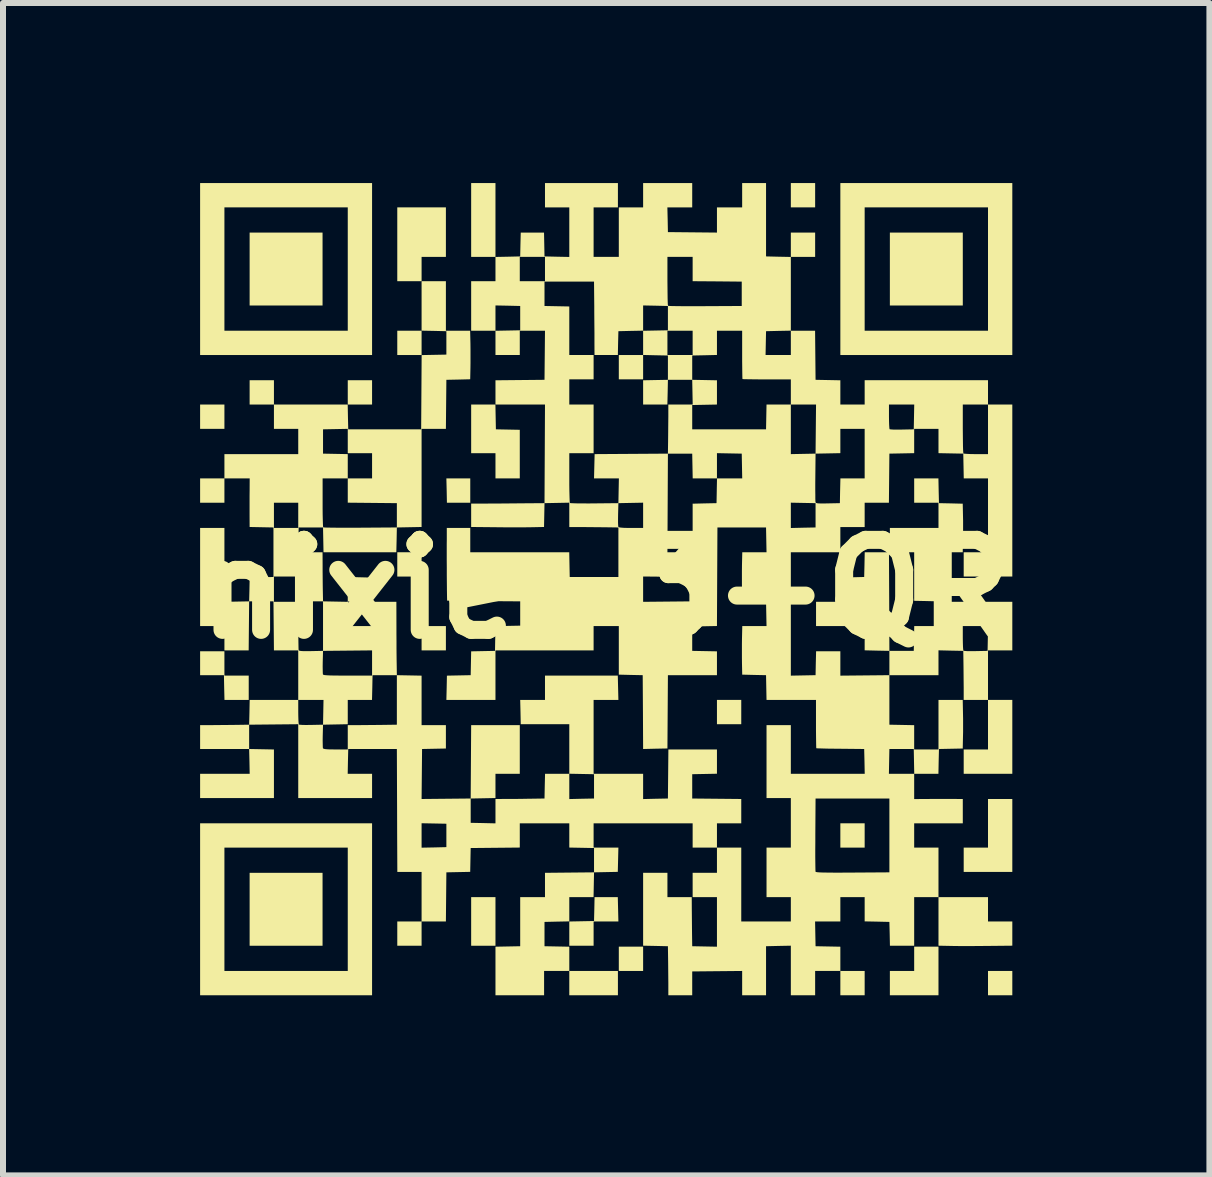
<source format=kicad_pcb>
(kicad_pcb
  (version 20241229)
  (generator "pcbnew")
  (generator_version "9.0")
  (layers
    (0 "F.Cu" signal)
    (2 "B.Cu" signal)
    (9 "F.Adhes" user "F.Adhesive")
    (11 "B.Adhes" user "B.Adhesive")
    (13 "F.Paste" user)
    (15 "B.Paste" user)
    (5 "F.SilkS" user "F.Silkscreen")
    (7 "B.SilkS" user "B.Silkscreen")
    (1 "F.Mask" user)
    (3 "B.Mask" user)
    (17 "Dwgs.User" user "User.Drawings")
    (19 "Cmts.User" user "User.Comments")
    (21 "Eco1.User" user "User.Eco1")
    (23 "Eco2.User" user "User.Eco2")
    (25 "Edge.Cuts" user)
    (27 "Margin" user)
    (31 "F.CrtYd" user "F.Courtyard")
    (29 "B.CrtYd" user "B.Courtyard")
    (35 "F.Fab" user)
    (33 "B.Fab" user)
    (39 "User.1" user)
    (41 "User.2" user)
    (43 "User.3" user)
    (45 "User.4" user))
  (footprint "nixie-3-QR"
    (layer "F.Cu")
    (at 7.05 6.766)
    (property "Reference" "nixie-3-QR" (at 0 0 0) (layer "F.SilkS") (effects (font (size 1.5 1.5) (thickness 0.3))))
    (attr board_only exclude_from_pos_files exclude_from_bom)
    (fp_poly (pts (xy -6.361 -2.873) (xy -6.361 -2.671) (xy -6.564 -2.671) (xy -6.766 -2.671) (xy -6.766 -2.873) (xy -6.766 -3.076) (xy -6.564 -3.076) (xy -6.361 -3.076)) (stroke (width 0) (type solid)) (fill yes) (layer "F.SilkS"))
    (fp_poly (pts (xy -5.536 -3.278) (xy -5.536 -3.076) (xy -5.739 -3.076) (xy -5.941 -3.076) (xy -5.941 -3.278) (xy -5.941 -3.481) (xy -5.739 -3.481) (xy -5.536 -3.481)) (stroke (width 0) (type solid)) (fill yes) (layer "F.SilkS"))
    (fp_poly (pts (xy -4.726 -5.334) (xy -4.726 -4.726) (xy -5.334 -4.726) (xy -5.941 -4.726) (xy -5.941 -5.334) (xy -5.941 -5.941) (xy -5.334 -5.941) (xy -4.726 -5.941)) (stroke (width 0) (type solid)) (fill yes) (layer "F.SilkS"))
    (fp_poly (pts (xy -4.726 5.334) (xy -4.726 5.941) (xy -5.334 5.941) (xy -5.941 5.941) (xy -5.941 5.334) (xy -5.941 4.726) (xy -5.334 4.726) (xy -4.726 4.726)) (stroke (width 0) (type solid)) (fill yes) (layer "F.SilkS"))
    (fp_poly (pts (xy -3.901 -3.278) (xy -3.901 -3.076) (xy -4.104 -3.076) (xy -4.306 -3.076) (xy -4.306 -3.278) (xy -4.306 -3.481) (xy -4.103 -3.481) (xy -3.901 -3.481)) (stroke (width 0) (type solid)) (fill yes) (layer "F.SilkS"))
    (fp_poly (pts (xy -3.076 -4.103) (xy -3.076 -3.901) (xy -3.278 -3.901) (xy -3.481 -3.901) (xy -3.481 -4.103) (xy -3.481 -4.306) (xy -3.278 -4.306) (xy -3.076 -4.306)) (stroke (width 0) (type solid)) (fill yes) (layer "F.SilkS"))
    (fp_poly (pts (xy -3.076 -0.413) (xy -3.076 -0.21) (xy -3.278 -0.21) (xy -3.481 -0.21) (xy -3.481 -0.413) (xy -3.481 -0.615) (xy -3.278 -0.615) (xy -3.076 -0.615)) (stroke (width 0) (type solid)) (fill yes) (layer "F.SilkS"))
    (fp_poly (pts (xy -2.671 0.818) (xy -2.671 1.02) (xy -2.873 1.02) (xy -3.076 1.02) (xy -3.076 0.818) (xy -3.076 0.615) (xy -2.873 0.615) (xy -2.671 0.615)) (stroke (width 0) (type solid)) (fill yes) (layer "F.SilkS"))
    (fp_poly (pts (xy -2.464 -1.845) (xy -2.265 -1.845) (xy -2.265 -1.643) (xy -2.265 -1.44) (xy -2.46 -1.44) (xy -2.654 -1.44) (xy -2.658 -1.643) (xy -2.663 -1.845)) (stroke (width 0) (type solid)) (fill yes) (layer "F.SilkS"))
    (fp_poly (pts (xy -1.845 -6.151) (xy -1.845 -5.536) (xy -2.048 -5.536) (xy -2.25 -5.536) (xy -2.25 -6.151) (xy -2.25 -6.766) (xy -2.048 -6.766) (xy -1.845 -6.766)) (stroke (width 0) (type solid)) (fill yes) (layer "F.SilkS"))
    (fp_poly (pts (xy -1.845 5.536) (xy -1.845 5.941) (xy -2.048 5.941) (xy -2.25 5.941) (xy -2.25 5.536) (xy -2.25 5.131) (xy -2.048 5.131) (xy -1.845 5.131)) (stroke (width 0) (type solid)) (fill yes) (layer "F.SilkS"))
    (fp_poly (pts (xy 0.195 6.564) (xy 0.195 6.766) (xy -0.21 6.766) (xy -0.615 6.766) (xy -0.615 6.564) (xy -0.615 6.361) (xy -0.21 6.361) (xy 0.195 6.361)) (stroke (width 0) (type solid)) (fill yes) (layer "F.SilkS"))
    (fp_poly (pts (xy 0.615 -3.698) (xy 0.615 -3.496) (xy 0.413 -3.496) (xy 0.21 -3.496) (xy 0.21 -3.698) (xy 0.21 -3.901) (xy 0.413 -3.901) (xy 0.615 -3.901)) (stroke (width 0) (type solid)) (fill yes) (layer "F.SilkS"))
    (fp_poly (pts (xy 0.615 6.159) (xy 0.615 6.361) (xy 0.413 6.361) (xy 0.21 6.361) (xy 0.21 6.159) (xy 0.21 5.956) (xy 0.413 5.956) (xy 0.615 5.956)) (stroke (width 0) (type solid)) (fill yes) (layer "F.SilkS"))
    (fp_poly (pts (xy 2.25 2.048) (xy 2.25 2.25) (xy 2.048 2.25) (xy 1.845 2.25) (xy 1.845 2.048) (xy 1.845 1.845) (xy 2.048 1.845) (xy 2.25 1.845)) (stroke (width 0) (type solid)) (fill yes) (layer "F.SilkS"))
    (fp_poly (pts (xy 3.481 -6.564) (xy 3.481 -6.361) (xy 3.278 -6.361) (xy 3.076 -6.361) (xy 3.076 -6.564) (xy 3.076 -6.766) (xy 3.278 -6.766) (xy 3.481 -6.766)) (stroke (width 0) (type solid)) (fill yes) (layer "F.SilkS"))
    (fp_poly (pts (xy 3.481 -5.739) (xy 3.481 -5.536) (xy 3.278 -5.536) (xy 3.076 -5.536) (xy 3.076 -5.738) (xy 3.076 -5.941) (xy 3.278 -5.941) (xy 3.481 -5.941)) (stroke (width 0) (type solid)) (fill yes) (layer "F.SilkS"))
    (fp_poly (pts (xy 4.306 4.103) (xy 4.306 4.306) (xy 4.103 4.306) (xy 3.901 4.306) (xy 3.901 4.103) (xy 3.901 3.901) (xy 4.103 3.901) (xy 4.306 3.901)) (stroke (width 0) (type solid)) (fill yes) (layer "F.SilkS"))
    (fp_poly (pts (xy 4.306 6.564) (xy 4.306 6.766) (xy 4.103 6.766) (xy 3.901 6.766) (xy 3.901 6.564) (xy 3.901 6.361) (xy 4.103 6.361) (xy 4.306 6.361)) (stroke (width 0) (type solid)) (fill yes) (layer "F.SilkS"))
    (fp_poly (pts (xy 5.941 -5.334) (xy 5.941 -4.726) (xy 5.334 -4.726) (xy 4.726 -4.726) (xy 4.726 -5.334) (xy 4.726 -5.941) (xy 5.334 -5.941) (xy 5.941 -5.941)) (stroke (width 0) (type solid)) (fill yes) (layer "F.SilkS"))
    (fp_poly (pts (xy 6.766 6.564) (xy 6.766 6.766) (xy 6.564 6.766) (xy 6.361 6.766) (xy 6.361 6.564) (xy 6.361 6.361) (xy 6.564 6.361) (xy 6.766 6.361)) (stroke (width 0) (type solid)) (fill yes) (layer "F.SilkS"))
    (fp_poly (pts (xy -2.671 -5.949) (xy -2.671 -5.536) (xy -2.873 -5.536) (xy -3.076 -5.536) (xy -3.076 -5.334) (xy -3.076 -5.131) (xy -3.278 -5.131) (xy -3.481 -5.131) (xy -3.481 -5.746) (xy -3.481 -6.361) (xy -3.076 -6.361) (xy -2.671 -6.361)) (stroke (width 0) (type solid)) (fill yes) (layer "F.SilkS"))
    (fp_poly (pts (xy 5.536 6.361) (xy 5.536 6.766) (xy 5.131 6.766) (xy 4.726 6.766) (xy 4.726 6.564) (xy 4.726 6.361) (xy 4.928 6.361) (xy 5.131 6.361) (xy 5.131 6.159) (xy 5.131 5.956) (xy 5.334 5.956) (xy 5.536 5.956)) (stroke (width 0) (type solid)) (fill yes) (layer "F.SilkS"))
    (fp_poly (pts (xy 6.766 2.46) (xy 6.766 3.076) (xy 6.361 3.076) (xy 5.956 3.076) (xy 5.956 2.873) (xy 5.956 2.671) (xy 6.159 2.671) (xy 6.361 2.671) (xy 6.361 2.258) (xy 6.361 1.845) (xy 6.564 1.845) (xy 6.766 1.845)) (stroke (width 0) (type solid)) (fill yes) (layer "F.SilkS"))
    (fp_poly (pts (xy 6.766 4.103) (xy 6.766 4.711) (xy 6.361 4.711) (xy 5.956 4.711) (xy 5.956 4.508) (xy 5.956 4.306) (xy 6.159 4.306) (xy 6.361 4.306) (xy 6.361 3.901) (xy 6.361 3.496) (xy 6.564 3.496) (xy 6.766 3.496)) (stroke (width 0) (type solid)) (fill yes) (layer "F.SilkS"))
    (fp_poly (pts (xy -6.361 1.238) (xy -6.361 1.44) (xy -6.159 1.44) (xy -5.956 1.44) (xy -5.956 1.643) (xy -5.956 1.845) (xy -6.158 1.845) (xy -6.36 1.845) (xy -6.365 1.639) (xy -6.369 1.433) (xy -6.568 1.433) (xy -6.766 1.433) (xy -6.766 1.234) (xy -6.766 1.035) (xy -6.564 1.035) (xy -6.361 1.035)) (stroke (width 0) (type solid)) (fill yes) (layer "F.SilkS"))
    (fp_poly (pts (xy -1.842 -2.869) (xy -1.838 -2.663) (xy -1.639 -2.659) (xy -1.44 -2.655) (xy -1.44 -2.25) (xy -1.44 -1.845) (xy -1.643 -1.845) (xy -1.845 -1.845) (xy -1.845 -2.055) (xy -1.845 -2.265) (xy -2.048 -2.265) (xy -2.25 -2.265) (xy -2.25 -2.671) (xy -2.25 -3.076) (xy -2.048 -3.076) (xy -1.846 -3.076)) (stroke (width 0) (type solid)) (fill yes) (layer "F.SilkS"))
    (fp_poly (pts (xy 0.198 5.334) (xy 0.203 5.536) (xy -0.004 5.536) (xy -0.21 5.536) (xy -0.21 5.739) (xy -0.21 5.941) (xy -0.413 5.941) (xy -0.615 5.941) (xy -0.615 5.738) (xy -0.615 5.537) (xy -0.409 5.533) (xy -0.203 5.529) (xy -0.198 5.33) (xy -0.194 5.131) (xy -0.000376 5.131) (xy 0.193 5.131)) (stroke (width 0) (type solid)) (fill yes) (layer "F.SilkS"))
    (fp_poly (pts (xy -3.901 -5.334) (xy -3.901 -3.901) (xy -5.334 -3.901) (xy -6.766 -3.901) (xy -6.766 -5.334) (xy -6.361 -5.334) (xy -6.361 -4.306) (xy -5.334 -4.306) (xy -4.306 -4.306) (xy -4.306 -5.334) (xy -4.306 -6.361) (xy -5.334 -6.361) (xy -6.361 -6.361) (xy -6.361 -5.334) (xy -6.766 -5.334) (xy -6.766 -6.766) (xy -5.334 -6.766) (xy -3.901 -6.766)) (stroke (width 0) (type solid)) (fill yes) (layer "F.SilkS"))
    (fp_poly (pts (xy -3.901 5.334) (xy -3.901 6.766) (xy -5.334 6.766) (xy -6.766 6.766) (xy -6.766 5.334) (xy -6.361 5.334) (xy -6.361 6.361) (xy -5.334 6.361) (xy -4.306 6.361) (xy -4.306 5.334) (xy -4.306 4.306) (xy -5.334 4.306) (xy -6.361 4.306) (xy -6.361 5.334) (xy -6.766 5.334) (xy -6.766 3.901) (xy -5.334 3.901) (xy -3.901 3.901)) (stroke (width 0) (type solid)) (fill yes) (layer "F.SilkS"))
    (fp_poly (pts (xy 6.361 5.334) (xy 6.361 5.536) (xy 6.564 5.536) (xy 6.766 5.536) (xy 6.766 5.738) (xy 6.766 5.94) (xy 6.358 5.944) (xy 6.236 5.945) (xy 6.112 5.946) (xy 5.992 5.946) (xy 5.883 5.946) (xy 5.792 5.945) (xy 5.742 5.944) (xy 5.536 5.94) (xy 5.536 5.536) (xy 5.536 5.131) (xy 5.949 5.131) (xy 6.361 5.131)) (stroke (width 0) (type solid)) (fill yes) (layer "F.SilkS"))
    (fp_poly (pts (xy 6.766 -5.334) (xy 6.766 -3.901) (xy 5.334 -3.901) (xy 3.901 -3.901) (xy 3.901 -5.334) (xy 4.306 -5.334) (xy 4.306 -4.306) (xy 5.334 -4.306) (xy 6.361 -4.306) (xy 6.361 -5.334) (xy 6.361 -6.361) (xy 5.334 -6.361) (xy 4.306 -6.361) (xy 4.306 -5.334) (xy 3.901 -5.334) (xy 3.901 -6.766) (xy 5.334 -6.766) (xy 6.766 -6.766)) (stroke (width 0) (type solid)) (fill yes) (layer "F.SilkS"))
    (fp_poly (pts (xy -2.671 -4.718) (xy -2.671 -4.306) (xy -2.469 -4.306) (xy -2.267 -4.306) (xy -2.262 -4.092) (xy -2.261 -3.992) (xy -2.261 -3.881) (xy -2.261 -3.773) (xy -2.262 -3.687) (xy -2.266 -3.497) (xy -2.465 -3.492) (xy -2.663 -3.488) (xy -2.667 -3.079) (xy -2.671 -2.671) (xy -2.873 -2.671) (xy -3.076 -2.671) (xy -3.076 -1.853) (xy -3.076 -1.036) (xy -3.282 -1.032) (xy -3.488 -1.028) (xy -3.492 -0.821) (xy -3.497 -0.615) (xy -4.103 -0.615) (xy -4.71 -0.615) (xy -4.714 -0.821) (xy -4.718 -1.028) (xy -4.921 -1.028) (xy -5.124 -1.028) (xy -5.128 -0.821) (xy -5.132 -0.615) (xy -4.929 -0.615) (xy -4.726 -0.615) (xy -4.725 -0.409) (xy -4.725 -0.307) (xy -4.724 -0.193) (xy -4.723 -0.079) (xy -4.722 0) (xy -4.718 0.203) (xy -4.512 0.207) (xy -4.306 0.211) (xy -4.306 0.004) (xy -4.306 -0.203) (xy -4.103 -0.198) (xy -3.901 -0.193) (xy -3.901 0.000377) (xy -3.901 0.194) (xy -4.1 0.198) (xy -4.298 0.203) (xy -4.303 0.409) (xy -4.307 0.615) (xy -4.104 0.615) (xy -3.901 0.615) (xy -3.901 0.413) (xy -3.901 0.21) (xy -3.698 0.21) (xy -3.496 0.21) (xy -3.495 0.619) (xy -3.495 0.74) (xy -3.494 0.864) (xy -3.494 0.983) (xy -3.493 1.091) (xy -3.492 1.181) (xy -3.491 1.23) (xy -3.488 1.433) (xy -3.282 1.437) (xy -3.076 1.441) (xy -3.076 1.853) (xy -3.076 2.265) (xy -2.873 2.265) (xy -2.671 2.265) (xy -2.671 2.46) (xy -2.671 2.655) (xy -2.869 2.659) (xy -3.068 2.663) (xy -3.072 3.079) (xy -3.076 3.496) (xy -2.667 3.492) (xy -2.258 3.488) (xy -2.254 2.877) (xy -2.25 2.265) (xy -1.845 2.265) (xy -1.44 2.265) (xy -1.44 2.671) (xy -1.44 3.076) (xy -1.643 3.076) (xy -1.845 3.076) (xy -1.845 3.278) (xy -1.845 3.48) (xy -2.052 3.484) (xy -2.258 3.488) (xy -2.258 3.691) (xy -2.258 3.893) (xy -2.052 3.897) (xy -1.845 3.902) (xy -1.845 3.699) (xy -1.845 3.496) (xy -1.639 3.495) (xy -1.538 3.495) (xy -1.423 3.494) (xy -1.31 3.492) (xy -1.23 3.491) (xy -1.028 3.488) (xy -1.024 3.282) (xy -1.019 3.076) (xy -0.817 3.076) (xy -0.615 3.076) (xy -0.615 3.286) (xy -0.615 3.497) (xy -0.409 3.492) (xy -0.203 3.488) (xy -0.203 3.286) (xy -0.203 3.083) (xy -0.409 3.079) (xy -0.615 3.075) (xy -0.615 2.663) (xy -0.615 2.25) (xy -1.019 2.25) (xy -1.424 2.25) (xy -1.428 2.048) (xy -1.433 1.845) (xy -1.226 1.845) (xy -1.02 1.845) (xy -1.02 1.643) (xy -1.02 1.44) (xy -0.413 1.44) (xy 0.193 1.44) (xy 0.198 1.643) (xy 0.203 1.845) (xy -0.004 1.845) (xy -0.21 1.845) (xy -0.21 2.46) (xy -0.21 3.076) (xy 0.203 3.076) (xy 0.615 3.076) (xy 0.615 3.286) (xy 0.615 3.497) (xy 0.821 3.492) (xy 1.028 3.488) (xy 1.032 3.079) (xy 1.036 2.671) (xy 1.441 2.671) (xy 1.845 2.671) (xy 1.845 2.873) (xy 1.845 3.075) (xy 1.639 3.079) (xy 1.433 3.083) (xy 1.433 3.286) (xy 1.433 3.488) (xy 1.842 3.492) (xy 2.25 3.496) (xy 2.25 3.698) (xy 2.25 3.901) (xy 2.048 3.901) (xy 1.845 3.901) (xy 1.845 4.103) (xy 1.845 4.306) (xy 1.643 4.306) (xy 1.44 4.306) (xy 1.44 4.103) (xy 1.44 3.901) (xy 0.615 3.901) (xy -0.21 3.901) (xy -0.21 4.103) (xy -0.21 4.306) (xy -0.004 4.306) (xy 0.203 4.306) (xy 0.198 4.508) (xy 0.193 4.71) (xy -0.005 4.714) (xy -0.203 4.718) (xy -0.207 4.925) (xy -0.211 5.131) (xy -0.413 5.131) (xy -0.615 5.131) (xy -0.615 5.334) (xy -0.615 5.535) (xy -0.821 5.539) (xy -1.028 5.544) (xy -1.028 5.746) (xy -1.028 5.949) (xy -0.821 5.953) (xy -0.615 5.957) (xy -0.615 6.159) (xy -0.615 6.361) (xy -0.825 6.361) (xy -1.035 6.361) (xy -1.035 6.564) (xy -1.035 6.766) (xy -1.44 6.766) (xy -1.845 6.766) (xy -1.845 6.362) (xy -1.845 5.957) (xy -1.639 5.953) (xy -1.433 5.949) (xy -1.433 5.54) (xy -1.433 5.131) (xy -1.226 5.131) (xy -1.02 5.131) (xy -1.02 4.929) (xy -1.02 4.726) (xy -0.611 4.722) (xy -0.203 4.718) (xy -0.203 4.516) (xy -0.203 4.313) (xy -0.409 4.309) (xy -0.615 4.305) (xy -0.615 4.103) (xy -0.615 3.901) (xy -1.028 3.901) (xy -1.44 3.901) (xy -1.44 4.103) (xy -1.44 4.305) (xy -1.849 4.309) (xy -2.258 4.313) (xy -2.262 4.512) (xy -2.266 4.71) (xy -2.465 4.714) (xy -2.663 4.718) (xy -2.667 5.127) (xy -2.671 5.536) (xy -2.873 5.536) (xy -3.076 5.536) (xy -3.076 5.739) (xy -3.076 5.941) (xy -3.278 5.941) (xy -3.481 5.941) (xy -3.481 5.739) (xy -3.481 5.536) (xy -3.278 5.536) (xy -3.076 5.536) (xy -3.076 5.124) (xy -3.076 4.711) (xy -3.278 4.711) (xy -3.48 4.711) (xy -3.483 4.103) (xy -3.076 4.103) (xy -3.076 4.307) (xy -2.869 4.303) (xy -2.663 4.298) (xy -2.663 4.103) (xy -2.663 3.908) (xy -2.869 3.904) (xy -3.076 3.9) (xy -3.076 4.103) (xy -3.483 4.103) (xy -3.484 3.687) (xy -3.488 2.663) (xy -3.893 2.663) (xy -4.298 2.663) (xy -4.303 2.869) (xy -4.307 3.076) (xy -4.104 3.076) (xy -3.901 3.076) (xy -3.901 3.278) (xy -3.901 3.481) (xy -4.516 3.481) (xy -5.131 3.481) (xy -5.131 2.865) (xy -5.131 2.518) (xy -4.724 2.518) (xy -4.723 2.581) (xy -4.722 2.627) (xy -4.72 2.65) (xy -4.719 2.651) (xy -4.708 2.659) (xy -4.68 2.665) (xy -4.631 2.669) (xy -4.557 2.67) (xy -4.509 2.671) (xy -4.306 2.671) (xy -4.306 2.468) (xy -4.306 2.265) (xy -4.1 2.265) (xy -3.998 2.264) (xy -3.883 2.263) (xy -3.77 2.262) (xy -3.691 2.261) (xy -3.488 2.258) (xy -3.488 1.845) (xy -3.488 1.433) (xy -3.691 1.433) (xy -3.893 1.433) (xy -3.897 1.639) (xy -3.902 1.845) (xy -4.104 1.845) (xy -4.306 1.845) (xy -4.306 2.047) (xy -4.306 2.25) (xy -4.512 2.254) (xy -4.718 2.258) (xy -4.723 2.445) (xy -4.724 2.518) (xy -5.131 2.518) (xy -5.131 2.25) (xy -5.54 2.254) (xy -5.949 2.258) (xy -5.949 2.46) (xy -5.949 2.663) (xy -5.742 2.667) (xy -5.536 2.671) (xy -5.536 3.076) (xy -5.536 3.481) (xy -6.151 3.481) (xy -6.766 3.481) (xy -6.766 3.278) (xy -6.766 3.076) (xy -6.353 3.076) (xy -5.94 3.076) (xy -5.944 2.869) (xy -5.949 2.663) (xy -6.358 2.663) (xy -6.766 2.663) (xy -6.766 2.464) (xy -6.766 2.265) (xy -6.56 2.265) (xy -6.459 2.264) (xy -6.344 2.263) (xy -6.231 2.262) (xy -6.151 2.261) (xy -5.949 2.258) (xy -5.944 2.052) (xy -5.944 2.045) (xy -5.131 2.045) (xy -5.13 2.12) (xy -5.128 2.184) (xy -5.125 2.23) (xy -5.121 2.254) (xy -5.121 2.256) (xy -5.102 2.259) (xy -5.06 2.262) (xy -5 2.263) (xy -4.928 2.262) (xy -4.914 2.262) (xy -4.718 2.258) (xy -4.714 2.052) (xy -4.71 1.845) (xy -4.921 1.845) (xy -5.131 1.845) (xy -5.131 2.045) (xy -5.944 2.045) (xy -5.94 1.845) (xy -5.536 1.845) (xy -5.131 1.845) (xy -5.131 1.433) (xy -5.131 1.288) (xy -4.724 1.288) (xy -4.723 1.351) (xy -4.722 1.397) (xy -4.72 1.42) (xy -4.719 1.421) (xy -4.711 1.427) (xy -4.689 1.432) (xy -4.651 1.435) (xy -4.594 1.438) (xy -4.515 1.439) (xy -4.412 1.44) (xy -4.306 1.44) (xy -3.901 1.44) (xy -3.901 1.23) (xy -3.901 1.02) (xy -4.31 1.024) (xy -4.718 1.028) (xy -4.723 1.214) (xy -4.724 1.288) (xy -5.131 1.288) (xy -5.131 1.02) (xy -5.333 1.02) (xy -5.536 1.02) (xy -5.538 0.804) (xy -5.129 0.804) (xy -5.128 0.888) (xy -5.127 0.954) (xy -5.126 0.999) (xy -5.124 1.017) (xy -5.113 1.025) (xy -5.087 1.03) (xy -5.04 1.033) (xy -4.969 1.033) (xy -4.918 1.032) (xy -4.718 1.028) (xy -4.718 0.615) (xy -4.718 0.203) (xy -4.921 0.203) (xy -5.124 0.203) (xy -5.128 0.6) (xy -5.128 0.707) (xy -5.129 0.804) (xy -5.538 0.804) (xy -5.54 0.611) (xy -5.544 0.203) (xy -5.746 0.203) (xy -5.949 0.203) (xy -5.953 0.611) (xy -5.957 1.02) (xy -6.159 1.02) (xy -6.361 1.02) (xy -6.361 0.818) (xy -6.361 0.615) (xy -6.564 0.615) (xy -6.766 0.615) (xy -6.766 -0.203) (xy -6.766 -1.02) (xy -6.564 -1.02) (xy -6.361 -1.02) (xy -6.361 -0.405) (xy -6.361 0.211) (xy -6.155 0.207) (xy -5.949 0.203) (xy -5.944 0.004) (xy -5.944 0) (xy -5.536 0) (xy -5.536 0.21) (xy -5.334 0.21) (xy -5.131 0.21) (xy -5.131 0) (xy -5.131 -0.21) (xy -5.334 -0.21) (xy -5.536 -0.21) (xy -5.536 0) (xy -5.944 0) (xy -5.94 -0.194) (xy -5.742 -0.198) (xy -5.544 -0.203) (xy -5.544 -0.615) (xy -5.544 -1.028) (xy -5.742 -1.032) (xy -5.941 -1.036) (xy -5.942 -1.23) (xy -5.536 -1.23) (xy -5.536 -1.02) (xy -5.334 -1.02) (xy -5.131 -1.02) (xy -5.131 -1.23) (xy -5.131 -1.44) (xy -5.334 -1.44) (xy -5.536 -1.44) (xy -5.536 -1.23) (xy -5.942 -1.23) (xy -5.942 -1.234) (xy -5.942 -1.333) (xy -5.942 -1.445) (xy -5.942 -1.558) (xy -5.941 -1.639) (xy -5.94 -1.845) (xy -4.725 -1.845) (xy -4.725 -1.443) (xy -4.725 -1.335) (xy -4.724 -1.238) (xy -4.722 -1.155) (xy -4.72 -1.09) (xy -4.718 -1.047) (xy -4.715 -1.03) (xy -4.715 -1.03) (xy -4.699 -1.028) (xy -4.655 -1.026) (xy -4.588 -1.025) (xy -4.501 -1.024) (xy -4.397 -1.023) (xy -4.278 -1.023) (xy -4.149 -1.023) (xy -4.097 -1.024) (xy -3.488 -1.028) (xy -3.488 -1.23) (xy -3.488 -1.433) (xy -3.897 -1.437) (xy -4.306 -1.441) (xy -4.306 -1.643) (xy -4.306 -1.845) (xy -4.103 -1.845) (xy -3.901 -1.845) (xy -3.901 -2.055) (xy -3.901 -2.265) (xy -4.103 -2.265) (xy -4.306 -2.265) (xy -4.306 -2.468) (xy -4.306 -2.671) (xy -4.512 -2.667) (xy -4.718 -2.663) (xy -4.718 -2.46) (xy -4.718 -2.258) (xy -4.512 -2.254) (xy -4.306 -2.25) (xy -4.306 -2.047) (xy -4.306 -1.845) (xy -4.516 -1.845) (xy -4.725 -1.845) (xy -5.94 -1.845) (xy -6.151 -1.845) (xy -6.361 -1.845) (xy -6.361 -1.643) (xy -6.361 -1.44) (xy -6.564 -1.44) (xy -6.766 -1.44) (xy -6.766 -1.643) (xy -6.766 -1.845) (xy -6.564 -1.845) (xy -6.361 -1.845) (xy -6.361 -2.048) (xy -6.361 -2.25) (xy -5.746 -2.25) (xy -5.131 -2.25) (xy -5.131 -2.46) (xy -5.131 -2.671) (xy -5.334 -2.671) (xy -5.536 -2.671) (xy -5.536 -2.873) (xy -5.536 -3.076) (xy -4.921 -3.076) (xy -4.307 -3.076) (xy -4.303 -2.869) (xy -4.298 -2.663) (xy -3.691 -2.663) (xy -3.083 -2.663) (xy -3.079 -3.282) (xy -3.075 -3.9) (xy -2.869 -3.904) (xy -2.663 -3.908) (xy -2.663 -4.103) (xy -2.663 -4.298) (xy -2.869 -4.303) (xy -3.076 -4.307) (xy -3.076 -4.718) (xy -3.076 -5.131) (xy -2.873 -5.131) (xy -2.671 -5.131)) (stroke (width 0) (type solid)) (fill yes) (layer "F.SilkS"))
    (fp_poly (pts (xy 2.663 -6.155) (xy 2.663 -5.544) (xy 2.869 -5.539) (xy 3.076 -5.535) (xy 3.076 -4.921) (xy 3.076 -4.307) (xy 2.869 -4.303) (xy 2.663 -4.298) (xy 2.659 -4.1) (xy 2.655 -3.901) (xy 2.865 -3.901) (xy 3.076 -3.901) (xy 3.076 -4.104) (xy 3.076 -4.306) (xy 3.278 -4.306) (xy 3.48 -4.306) (xy 3.484 -3.897) (xy 3.488 -3.488) (xy 3.694 -3.484) (xy 3.901 -3.48) (xy 3.901 -3.278) (xy 3.901 -3.076) (xy 4.103 -3.076) (xy 4.306 -3.076) (xy 4.306 -3.278) (xy 4.306 -3.481) (xy 5.334 -3.481) (xy 6.361 -3.481) (xy 6.361 -3.278) (xy 6.361 -3.076) (xy 6.151 -3.076) (xy 5.941 -3.076) (xy 5.941 -2.673) (xy 5.942 -2.566) (xy 5.943 -2.469) (xy 5.944 -2.386) (xy 5.946 -2.321) (xy 5.949 -2.278) (xy 5.951 -2.26) (xy 5.951 -2.26) (xy 5.969 -2.257) (xy 6.011 -2.254) (xy 6.071 -2.251) (xy 6.144 -2.25) (xy 6.161 -2.25) (xy 6.361 -2.25) (xy 6.361 -2.663) (xy 6.361 -3.076) (xy 6.564 -3.076) (xy 6.766 -3.076) (xy 6.766 -1.643) (xy 6.766 -0.21) (xy 6.361 -0.21) (xy 5.956 -0.21) (xy 5.956 -0.413) (xy 5.956 -0.615) (xy 6.159 -0.615) (xy 6.361 -0.615) (xy 6.361 -1.23) (xy 6.361 -1.845) (xy 6.159 -1.845) (xy 5.957 -1.845) (xy 5.953 -2.052) (xy 5.949 -2.258) (xy 5.742 -2.262) (xy 5.536 -2.266) (xy 5.536 -2.468) (xy 5.536 -2.671) (xy 5.334 -2.671) (xy 5.131 -2.671) (xy 5.131 -2.468) (xy 5.131 -2.266) (xy 4.925 -2.262) (xy 4.718 -2.258) (xy 4.714 -1.849) (xy 4.71 -1.44) (xy 4.508 -1.44) (xy 4.306 -1.44) (xy 4.306 -1.238) (xy 4.306 -1.035) (xy 4.103 -1.035) (xy 3.901 -1.035) (xy 3.901 -0.825) (xy 3.901 -0.615) (xy 3.488 -0.615) (xy 3.076 -0.615) (xy 3.076 0.413) (xy 3.076 1.441) (xy 3.282 1.437) (xy 3.488 1.433) (xy 3.492 1.234) (xy 3.497 1.035) (xy 3.699 1.035) (xy 3.901 1.035) (xy 3.901 1.238) (xy 3.901 1.441) (xy 4.31 1.437) (xy 4.718 1.433) (xy 4.718 1.23) (xy 4.718 1.028) (xy 4.512 1.024) (xy 4.306 1.019) (xy 4.306 0.817) (xy 4.306 0.615) (xy 3.901 0.615) (xy 3.496 0.615) (xy 3.496 0.413) (xy 3.496 0.21) (xy 3.698 0.21) (xy 3.901 0.21) (xy 3.901 0.008) (xy 3.901 -0.194) (xy 4.1 -0.198) (xy 4.298 -0.203) (xy 4.303 -0.409) (xy 4.307 -0.615) (xy 4.509 -0.615) (xy 4.711 -0.615) (xy 4.715 0.206) (xy 4.718 1.028) (xy 4.921 1.028) (xy 5.124 1.028) (xy 5.128 0.821) (xy 5.128 0.815) (xy 5.941 0.815) (xy 5.942 0.89) (xy 5.944 0.953) (xy 5.947 1) (xy 5.951 1.024) (xy 5.952 1.026) (xy 5.97 1.029) (xy 6.012 1.032) (xy 6.072 1.033) (xy 6.144 1.032) (xy 6.158 1.032) (xy 6.354 1.028) (xy 6.358 0.821) (xy 6.362 0.615) (xy 6.152 0.615) (xy 5.941 0.615) (xy 5.941 0.815) (xy 5.128 0.815) (xy 5.132 0.615) (xy 5.334 0.615) (xy 5.537 0.615) (xy 5.533 0.409) (xy 5.529 0.203) (xy 5.33 0.198) (xy 5.131 0.194) (xy 5.131 -0.21) (xy 5.131 -0.615) (xy 4.928 -0.615) (xy 4.726 -0.615) (xy 4.726 -0.818) (xy 4.726 -1.02) (xy 5.131 -1.02) (xy 5.536 -1.02) (xy 5.536 -1.23) (xy 5.536 -1.44) (xy 5.334 -1.44) (xy 5.131 -1.44) (xy 5.131 -1.643) (xy 5.131 -1.845) (xy 5.333 -1.845) (xy 5.535 -1.845) (xy 5.539 -1.639) (xy 5.544 -1.433) (xy 5.742 -1.429) (xy 5.94 -1.424) (xy 5.944 -1.234) (xy 5.946 -1.141) (xy 5.946 -1.032) (xy 5.946 -0.921) (xy 5.944 -0.829) (xy 5.94 -0.615) (xy 5.738 -0.615) (xy 5.536 -0.615) (xy 5.536 -0.203) (xy 5.536 0.21) (xy 6.151 0.21) (xy 6.766 0.21) (xy 6.766 0.615) (xy 6.766 1.02) (xy 6.564 1.02) (xy 6.361 1.02) (xy 6.361 1.433) (xy 6.361 1.845) (xy 6.159 1.845) (xy 5.956 1.845) (xy 5.956 1.639) (xy 5.955 1.538) (xy 5.954 1.423) (xy 5.953 1.31) (xy 5.952 1.23) (xy 5.949 1.028) (xy 5.742 1.024) (xy 5.536 1.019) (xy 5.536 1.226) (xy 5.536 1.433) (xy 5.127 1.433) (xy 4.718 1.433) (xy 4.718 1.845) (xy 4.718 2.258) (xy 4.925 2.262) (xy 5.131 2.266) (xy 5.131 2.468) (xy 5.131 2.671) (xy 5.334 2.671) (xy 5.536 2.671) (xy 5.536 2.258) (xy 5.536 1.845) (xy 5.738 1.845) (xy 5.94 1.845) (xy 5.944 2.059) (xy 5.946 2.159) (xy 5.946 2.27) (xy 5.946 2.378) (xy 5.944 2.464) (xy 5.94 2.655) (xy 5.742 2.659) (xy 5.544 2.663) (xy 5.539 2.869) (xy 5.535 3.076) (xy 5.333 3.076) (xy 5.132 3.076) (xy 5.128 2.869) (xy 5.124 2.663) (xy 4.921 2.663) (xy 4.718 2.663) (xy 4.714 2.869) (xy 4.71 3.076) (xy 4.921 3.076) (xy 5.131 3.076) (xy 5.131 3.286) (xy 5.131 3.497) (xy 5.337 3.496) (xy 5.438 3.495) (xy 5.552 3.495) (xy 5.663 3.495) (xy 5.742 3.495) (xy 5.941 3.496) (xy 5.941 3.698) (xy 5.941 3.901) (xy 5.536 3.901) (xy 5.131 3.901) (xy 5.131 4.103) (xy 5.131 4.306) (xy 5.334 4.306) (xy 5.536 4.306) (xy 5.536 4.718) (xy 5.536 5.131) (xy 5.334 5.131) (xy 5.131 5.131) (xy 5.131 5.536) (xy 5.131 5.941) (xy 4.929 5.941) (xy 4.727 5.941) (xy 4.723 5.742) (xy 4.718 5.544) (xy 4.512 5.539) (xy 4.306 5.535) (xy 4.306 5.333) (xy 4.306 5.131) (xy 4.103 5.131) (xy 3.901 5.131) (xy 3.901 5.334) (xy 3.901 5.536) (xy 3.69 5.536) (xy 3.48 5.536) (xy 3.484 5.742) (xy 3.488 5.949) (xy 3.694 5.953) (xy 3.901 5.957) (xy 3.901 6.159) (xy 3.901 6.361) (xy 3.691 6.361) (xy 3.481 6.361) (xy 3.481 6.564) (xy 3.481 6.766) (xy 3.278 6.766) (xy 3.076 6.766) (xy 3.076 6.353) (xy 3.076 5.94) (xy 2.869 5.944) (xy 2.663 5.949) (xy 2.663 6.358) (xy 2.663 6.766) (xy 2.464 6.766) (xy 2.265 6.766) (xy 2.265 6.564) (xy 2.265 6.361) (xy 1.849 6.365) (xy 1.433 6.369) (xy 1.433 6.568) (xy 1.433 6.766) (xy 1.234 6.766) (xy 1.035 6.766) (xy 1.035 6.56) (xy 1.034 6.459) (xy 1.033 6.344) (xy 1.032 6.231) (xy 1.031 6.151) (xy 1.028 5.949) (xy 0.821 5.944) (xy 0.615 5.94) (xy 0.615 5.333) (xy 0.615 4.726) (xy 0.818 4.726) (xy 1.02 4.726) (xy 1.02 4.928) (xy 1.02 5.131) (xy 1.223 5.131) (xy 1.425 5.131) (xy 1.426 5.33) (xy 1.427 5.427) (xy 1.428 5.54) (xy 1.429 5.653) (xy 1.43 5.739) (xy 1.433 5.949) (xy 1.639 5.953) (xy 1.845 5.957) (xy 1.845 5.544) (xy 1.845 5.131) (xy 1.643 5.131) (xy 1.44 5.131) (xy 1.44 4.928) (xy 1.44 4.726) (xy 1.643 4.726) (xy 1.845 4.726) (xy 1.845 4.516) (xy 1.845 4.306) (xy 2.048 4.306) (xy 2.25 4.306) (xy 2.25 4.921) (xy 2.25 5.536) (xy 2.663 5.536) (xy 3.076 5.536) (xy 3.076 5.334) (xy 3.076 5.131) (xy 2.873 5.131) (xy 2.671 5.131) (xy 2.671 4.718) (xy 2.671 4.343) (xy 3.483 4.343) (xy 3.483 4.453) (xy 3.484 4.548) (xy 3.485 4.623) (xy 3.486 4.676) (xy 3.487 4.704) (xy 3.487 4.707) (xy 3.496 4.712) (xy 3.518 4.716) (xy 3.557 4.719) (xy 3.613 4.721) (xy 3.691 4.722) (xy 3.791 4.723) (xy 3.917 4.723) (xy 4.07 4.722) (xy 4.107 4.722) (xy 4.718 4.718) (xy 4.718 4.103) (xy 4.718 3.488) (xy 4.103 3.488) (xy 3.488 3.488) (xy 3.484 4.088) (xy 3.484 4.22) (xy 3.483 4.343) (xy 2.671 4.343) (xy 2.671 4.306) (xy 2.873 4.306) (xy 3.076 4.306) (xy 3.076 3.893) (xy 3.076 3.481) (xy 2.873 3.481) (xy 2.671 3.481) (xy 2.671 2.873) (xy 2.671 2.265) (xy 2.873 2.265) (xy 3.076 2.265) (xy 3.076 2.671) (xy 3.076 3.076) (xy 3.691 3.076) (xy 4.307 3.076) (xy 4.303 2.869) (xy 4.298 2.663) (xy 3.902 2.659) (xy 3.796 2.658) (xy 3.701 2.657) (xy 3.619 2.655) (xy 3.556 2.653) (xy 3.515 2.652) (xy 3.5 2.65) (xy 3.499 2.634) (xy 3.498 2.593) (xy 3.497 2.529) (xy 3.496 2.447) (xy 3.495 2.35) (xy 3.495 2.245) (xy 3.495 1.845) (xy 3.083 1.845) (xy 2.671 1.845) (xy 2.667 1.639) (xy 2.663 1.433) (xy 2.465 1.429) (xy 2.266 1.424) (xy 2.262 1.234) (xy 2.261 1.141) (xy 2.261 1.032) (xy 2.261 0.921) (xy 2.262 0.829) (xy 2.267 0.615) (xy 2.469 0.615) (xy 2.671 0.615) (xy 2.667 0.409) (xy 2.663 0.203) (xy 2.465 0.198) (xy 2.266 0.194) (xy 2.262 0.003) (xy 2.261 -0.09) (xy 2.261 -0.198) (xy 2.261 -0.309) (xy 2.262 -0.401) (xy 2.267 -0.615) (xy 2.469 -0.615) (xy 2.671 -0.615) (xy 2.667 -0.821) (xy 2.663 -1.028) (xy 2.258 -1.028) (xy 1.853 -1.028) (xy 1.849 -0.207) (xy 1.845 0.614) (xy 1.639 0.618) (xy 1.433 0.623) (xy 1.433 0.825) (xy 1.433 1.028) (xy 1.639 1.032) (xy 1.845 1.036) (xy 1.845 1.234) (xy 1.845 1.433) (xy 1.437 1.433) (xy 1.028 1.433) (xy 1.024 2.043) (xy 1.02 2.654) (xy 0.818 2.658) (xy 0.615 2.663) (xy 0.612 2.048) (xy 0.608 1.433) (xy 0.409 1.429) (xy 0.21 1.424) (xy 0.21 1.02) (xy 0.21 0.615) (xy 0 0.615) (xy -0.21 0.615) (xy -0.21 0.818) (xy -0.21 1.02) (xy -1.028 1.02) (xy -1.845 1.02) (xy -1.845 1.433) (xy -1.845 1.845) (xy -2.254 1.845) (xy -2.663 1.845) (xy -2.658 1.643) (xy -2.654 1.441) (xy -2.456 1.437) (xy -2.258 1.433) (xy -2.254 1.234) (xy -2.25 1.036) (xy -2.051 1.032) (xy -1.853 1.028) (xy -1.849 0.822) (xy -1.845 0.616) (xy -1.639 0.612) (xy -1.433 0.608) (xy -1.433 0.405) (xy -1.433 0.203) (xy -2.039 0.199) (xy -2.171 0.198) (xy -2.293 0.197) (xy -2.402 0.196) (xy -2.496 0.195) (xy -2.57 0.193) (xy -2.621 0.192) (xy -2.647 0.191) (xy -2.65 0.191) (xy -2.651 0.175) (xy -2.652 0.133) (xy -2.653 0.067) (xy -2.654 0) (xy 0.615 0) (xy 0.615 0.211) (xy 1.024 0.207) (xy 1.433 0.203) (xy 1.433 0) (xy 1.433 -0.203) (xy 1.024 -0.207) (xy 0.615 -0.211) (xy 0.615 0) (xy -2.654 0) (xy -2.654 -0.018) (xy -2.655 -0.12) (xy -2.656 -0.234) (xy -2.656 -0.358) (xy -2.657 -0.488) (xy -2.657 -0.62) (xy -2.657 -0.752) (xy -2.656 -0.821) (xy -2.656 -1.02) (xy -2.46 -1.02) (xy -2.265 -1.02) (xy -2.265 -0.818) (xy -2.265 -0.615) (xy -1.441 -0.615) (xy -0.616 -0.615) (xy -0.612 -0.409) (xy -0.608 -0.203) (xy -0.203 -0.203) (xy 0.203 -0.203) (xy 0.203 -0.615) (xy 1.02 -0.615) (xy 1.23 -0.615) (xy 1.44 -0.615) (xy 1.44 -1.02) (xy 1.44 -1.23) (xy 3.076 -1.23) (xy 3.076 -1.019) (xy 3.282 -1.024) (xy 3.488 -1.028) (xy 3.488 -1.23) (xy 3.488 -1.433) (xy 3.282 -1.437) (xy 3.076 -1.441) (xy 3.076 -1.23) (xy 1.44 -1.23) (xy 1.44 -1.424) (xy 1.639 -1.429) (xy 1.838 -1.433) (xy 1.842 -1.639) (xy 1.842 -1.656) (xy 3.483 -1.656) (xy 3.484 -1.572) (xy 3.484 -1.506) (xy 3.486 -1.462) (xy 3.488 -1.444) (xy 3.498 -1.436) (xy 3.525 -1.43) (xy 3.572 -1.428) (xy 3.643 -1.428) (xy 3.694 -1.429) (xy 3.893 -1.433) (xy 3.897 -1.639) (xy 3.902 -1.845) (xy 4.104 -1.845) (xy 4.306 -1.845) (xy 4.306 -2.258) (xy 4.306 -2.671) (xy 4.103 -2.671) (xy 3.901 -2.671) (xy 3.901 -2.468) (xy 3.901 -2.266) (xy 3.694 -2.262) (xy 3.488 -2.258) (xy 3.484 -1.861) (xy 3.483 -1.754) (xy 3.483 -1.656) (xy 1.842 -1.656) (xy 1.846 -1.845) (xy 2.056 -1.845) (xy 2.266 -1.845) (xy 2.262 -2.052) (xy 2.258 -2.258) (xy 2.052 -2.262) (xy 1.845 -2.266) (xy 1.845 -2.056) (xy 1.845 -1.845) (xy 1.643 -1.845) (xy 1.441 -1.845) (xy 1.437 -2.052) (xy 1.433 -2.258) (xy 1.23 -2.258) (xy 1.028 -2.258) (xy 1.024 -1.437) (xy 1.02 -0.615) (xy 0.203 -0.615) (xy 0.203 -1.028) (xy 0 -1.031) (xy -0.1 -1.032) (xy -0.215 -1.033) (xy -0.328 -1.034) (xy -0.409 -1.035) (xy -0.615 -1.035) (xy -0.615 -1.173) (xy 0.197 -1.173) (xy 0.197 -1.11) (xy 0.199 -1.064) (xy 0.201 -1.04) (xy 0.202 -1.04) (xy 0.213 -1.031) (xy 0.241 -1.026) (xy 0.29 -1.022) (xy 0.364 -1.02) (xy 0.412 -1.02) (xy 0.615 -1.02) (xy 0.615 -1.231) (xy 0.615 -1.441) (xy 0.409 -1.437) (xy 0.203 -1.433) (xy 0.198 -1.246) (xy 0.197 -1.173) (xy -0.615 -1.173) (xy -0.615 -1.238) (xy -0.615 -1.441) (xy -0.821 -1.437) (xy -1.028 -1.433) (xy -1.032 -1.234) (xy -1.036 -1.036) (xy -1.234 -1.032) (xy -1.305 -1.031) (xy -1.4 -1.03) (xy -1.51 -1.03) (xy -1.631 -1.03) (xy -1.754 -1.031) (xy -1.842 -1.032) (xy -2.25 -1.036) (xy -2.25 -1.231) (xy -2.25 -1.425) (xy -2.052 -1.426) (xy -1.981 -1.426) (xy -1.887 -1.427) (xy -1.776 -1.427) (xy -1.655 -1.428) (xy -1.532 -1.429) (xy -1.44 -1.43) (xy -1.028 -1.433) (xy -1.024 -2.254) (xy -1.02 -3.076) (xy -1.433 -3.076) (xy -1.845 -3.076) (xy -1.845 -3.278) (xy -1.845 -3.48) (xy -1.437 -3.484) (xy -1.028 -3.488) (xy -1.024 -3.897) (xy -1.02 -4.306) (xy -1.23 -4.306) (xy -1.44 -4.306) (xy -1.44 -4.103) (xy -1.44 -3.901) (xy -1.643 -3.901) (xy -1.845 -3.901) (xy -1.845 -4.103) (xy -1.845 -4.305) (xy -1.639 -4.309) (xy -1.433 -4.313) (xy -1.433 -4.516) (xy -1.433 -4.718) (xy -1.639 -4.723) (xy -1.845 -4.727) (xy -1.845 -4.516) (xy -1.845 -4.306) (xy -2.048 -4.306) (xy -2.25 -4.306) (xy -2.25 -4.718) (xy -2.25 -4.921) (xy -1.028 -4.921) (xy -1.028 -4.718) (xy -0.821 -4.714) (xy -0.615 -4.71) (xy -0.615 -4.305) (xy -0.615 -3.901) (xy -0.413 -3.901) (xy -0.21 -3.901) (xy -0.21 -3.698) (xy -0.21 -3.496) (xy -0.413 -3.496) (xy -0.615 -3.496) (xy -0.615 -3.286) (xy -0.615 -3.076) (xy -0.413 -3.076) (xy -0.21 -3.076) (xy -0.21 -2.671) (xy -0.21 -2.265) (xy -0.413 -2.265) (xy -0.615 -2.265) (xy -0.615 -1.855) (xy -0.615 -1.747) (xy -0.614 -1.649) (xy -0.612 -1.565) (xy -0.61 -1.499) (xy -0.608 -1.454) (xy -0.605 -1.436) (xy -0.605 -1.435) (xy -0.588 -1.433) (xy -0.545 -1.431) (xy -0.48 -1.429) (xy -0.397 -1.429) (xy -0.3 -1.428) (xy -0.196 -1.429) (xy 0.203 -1.433) (xy 0.207 -1.639) (xy 0.211 -1.845) (xy 0.004 -1.845) (xy -0.203 -1.845) (xy -0.198 -2.048) (xy -0.193 -2.25) (xy 0.417 -2.254) (xy 1.028 -2.258) (xy 1.031 -2.46) (xy 1.032 -2.561) (xy 1.033 -2.663) (xy 3.076 -2.663) (xy 3.076 -2.25) (xy 3.282 -2.254) (xy 3.488 -2.258) (xy 3.492 -2.667) (xy 3.494 -2.876) (xy 4.711 -2.876) (xy 4.712 -2.801) (xy 4.714 -2.737) (xy 4.717 -2.691) (xy 4.72 -2.667) (xy 4.721 -2.665) (xy 4.739 -2.662) (xy 4.782 -2.659) (xy 4.842 -2.658) (xy 4.914 -2.659) (xy 4.928 -2.659) (xy 5.124 -2.663) (xy 5.128 -2.869) (xy 5.132 -3.076) (xy 4.921 -3.076) (xy 4.711 -3.076) (xy 4.711 -2.876) (xy 3.494 -2.876) (xy 3.496 -3.076) (xy 3.286 -3.076) (xy 3.076 -3.076) (xy 3.076 -2.663) (xy 1.033 -2.663) (xy 1.033 -2.675) (xy 1.034 -2.789) (xy 1.035 -2.869) (xy 1.035 -3.076) (xy 1.238 -3.076) (xy 1.441 -3.076) (xy 1.437 -3.282) (xy 1.433 -3.488) (xy 1.23 -3.488) (xy 1.028 -3.488) (xy 1.024 -3.282) (xy 1.019 -3.076) (xy 0.817 -3.076) (xy 0.615 -3.076) (xy 0.615 -3.278) (xy 0.615 -3.48) (xy 0.821 -3.484) (xy 1.028 -3.488) (xy 1.028 -3.691) (xy 1.028 -3.893) (xy 1.433 -3.893) (xy 1.433 -3.691) (xy 1.433 -3.488) (xy 1.639 -3.484) (xy 1.845 -3.48) (xy 1.845 -3.278) (xy 1.845 -3.076) (xy 1.639 -3.072) (xy 1.433 -3.068) (xy 1.433 -2.866) (xy 1.433 -2.663) (xy 2.048 -2.663) (xy 2.663 -2.663) (xy 2.667 -2.869) (xy 2.671 -3.076) (xy 2.873 -3.076) (xy 3.076 -3.076) (xy 3.076 -3.285) (xy 3.076 -3.495) (xy 2.676 -3.495) (xy 2.569 -3.495) (xy 2.473 -3.496) (xy 2.391 -3.497) (xy 2.328 -3.498) (xy 2.286 -3.499) (xy 2.27 -3.501) (xy 2.269 -3.517) (xy 2.268 -3.558) (xy 2.267 -3.623) (xy 2.266 -3.705) (xy 2.265 -3.801) (xy 2.265 -3.906) (xy 2.265 -4.306) (xy 2.055 -4.306) (xy 1.845 -4.306) (xy 1.845 -4.104) (xy 1.845 -3.902) (xy 1.639 -3.897) (xy 1.433 -3.893) (xy 1.028 -3.893) (xy 0.821 -3.897) (xy 0.615 -3.902) (xy 0.615 -4.103) (xy 1.02 -4.103) (xy 1.02 -3.901) (xy 1.23 -3.901) (xy 1.44 -3.901) (xy 1.44 -4.103) (xy 1.44 -4.306) (xy 1.23 -4.306) (xy 1.02 -4.306) (xy 1.02 -4.103) (xy 0.615 -4.103) (xy 0.615 -4.305) (xy 0.821 -4.309) (xy 1.028 -4.313) (xy 1.028 -4.516) (xy 1.028 -4.718) (xy 0.821 -4.723) (xy 0.615 -4.727) (xy 0.615 -4.517) (xy 0.615 -4.307) (xy 0.409 -4.303) (xy 0.203 -4.298) (xy 0.198 -4.1) (xy 0.194 -3.901) (xy -0.000435 -3.901) (xy -0.195 -3.901) (xy -0.196 -4.1) (xy -0.196 -4.17) (xy -0.196 -4.265) (xy -0.197 -4.375) (xy -0.198 -4.496) (xy -0.199 -4.619) (xy -0.199 -4.711) (xy -0.203 -5.124) (xy -0.615 -5.124) (xy -1.028 -5.124) (xy -1.028 -4.921) (xy -2.25 -4.921) (xy -2.25 -5.131) (xy -2.048 -5.131) (xy -1.845 -5.131) (xy -1.845 -5.334) (xy -1.44 -5.334) (xy -1.44 -5.131) (xy -1.23 -5.131) (xy -1.02 -5.131) (xy -1.02 -5.134) (xy 1.02 -5.134) (xy 1.021 -5.026) (xy 1.022 -4.929) (xy 1.023 -4.846) (xy 1.025 -4.781) (xy 1.027 -4.738) (xy 1.03 -4.721) (xy 1.03 -4.721) (xy 1.047 -4.719) (xy 1.09 -4.717) (xy 1.157 -4.716) (xy 1.244 -4.715) (xy 1.349 -4.714) (xy 1.467 -4.714) (xy 1.596 -4.715) (xy 1.649 -4.715) (xy 2.258 -4.718) (xy 2.258 -4.921) (xy 2.258 -5.124) (xy 1.849 -5.128) (xy 1.44 -5.131) (xy 1.44 -5.334) (xy 1.44 -5.536) (xy 1.23 -5.536) (xy 1.02 -5.536) (xy 1.02 -5.134) (xy -1.02 -5.134) (xy -1.02 -5.334) (xy -1.02 -5.536) (xy -1.23 -5.536) (xy -1.44 -5.536) (xy -1.44 -5.334) (xy -1.845 -5.334) (xy -1.845 -5.535) (xy -1.639 -5.539) (xy -1.433 -5.544) (xy -1.429 -5.742) (xy -1.424 -5.941) (xy -1.23 -5.941) (xy -1.036 -5.941) (xy -1.032 -5.742) (xy -1.028 -5.544) (xy -0.821 -5.539) (xy -0.615 -5.535) (xy -0.615 -5.948) (xy -0.615 -6.361) (xy -0.818 -6.361) (xy -1.02 -6.361) (xy -1.02 -6.564) (xy -1.02 -6.766) (xy -0.413 -6.766) (xy 0.195 -6.766) (xy 0.195 -6.564) (xy 0.195 -6.361) (xy -0.008 -6.361) (xy -0.21 -6.361) (xy -0.21 -5.949) (xy -0.21 -5.536) (xy 0 -5.536) (xy 0.21 -5.536) (xy 0.21 -5.949) (xy 0.21 -6.361) (xy 0.413 -6.361) (xy 0.615 -6.361) (xy 0.615 -6.564) (xy 0.615 -6.766) (xy 1.024 -6.766) (xy 1.433 -6.766) (xy 1.433 -6.564) (xy 1.433 -6.361) (xy 1.226 -6.361) (xy 1.019 -6.361) (xy 1.024 -6.155) (xy 1.028 -5.949) (xy 1.437 -5.945) (xy 1.845 -5.941) (xy 1.845 -6.151) (xy 1.845 -6.361) (xy 2.055 -6.361) (xy 2.265 -6.361) (xy 2.265 -6.564) (xy 2.265 -6.766) (xy 2.464 -6.766) (xy 2.663 -6.766)) (stroke (width 0) (type solid)) (fill yes) (layer "F.SilkS")))
  (gr_rect
    (start -3 -3)
    (end 17.1 16.533)
    (stroke (width 0.1) (type default))
    (fill no)
    (layer "Edge.Cuts")))
</source>
